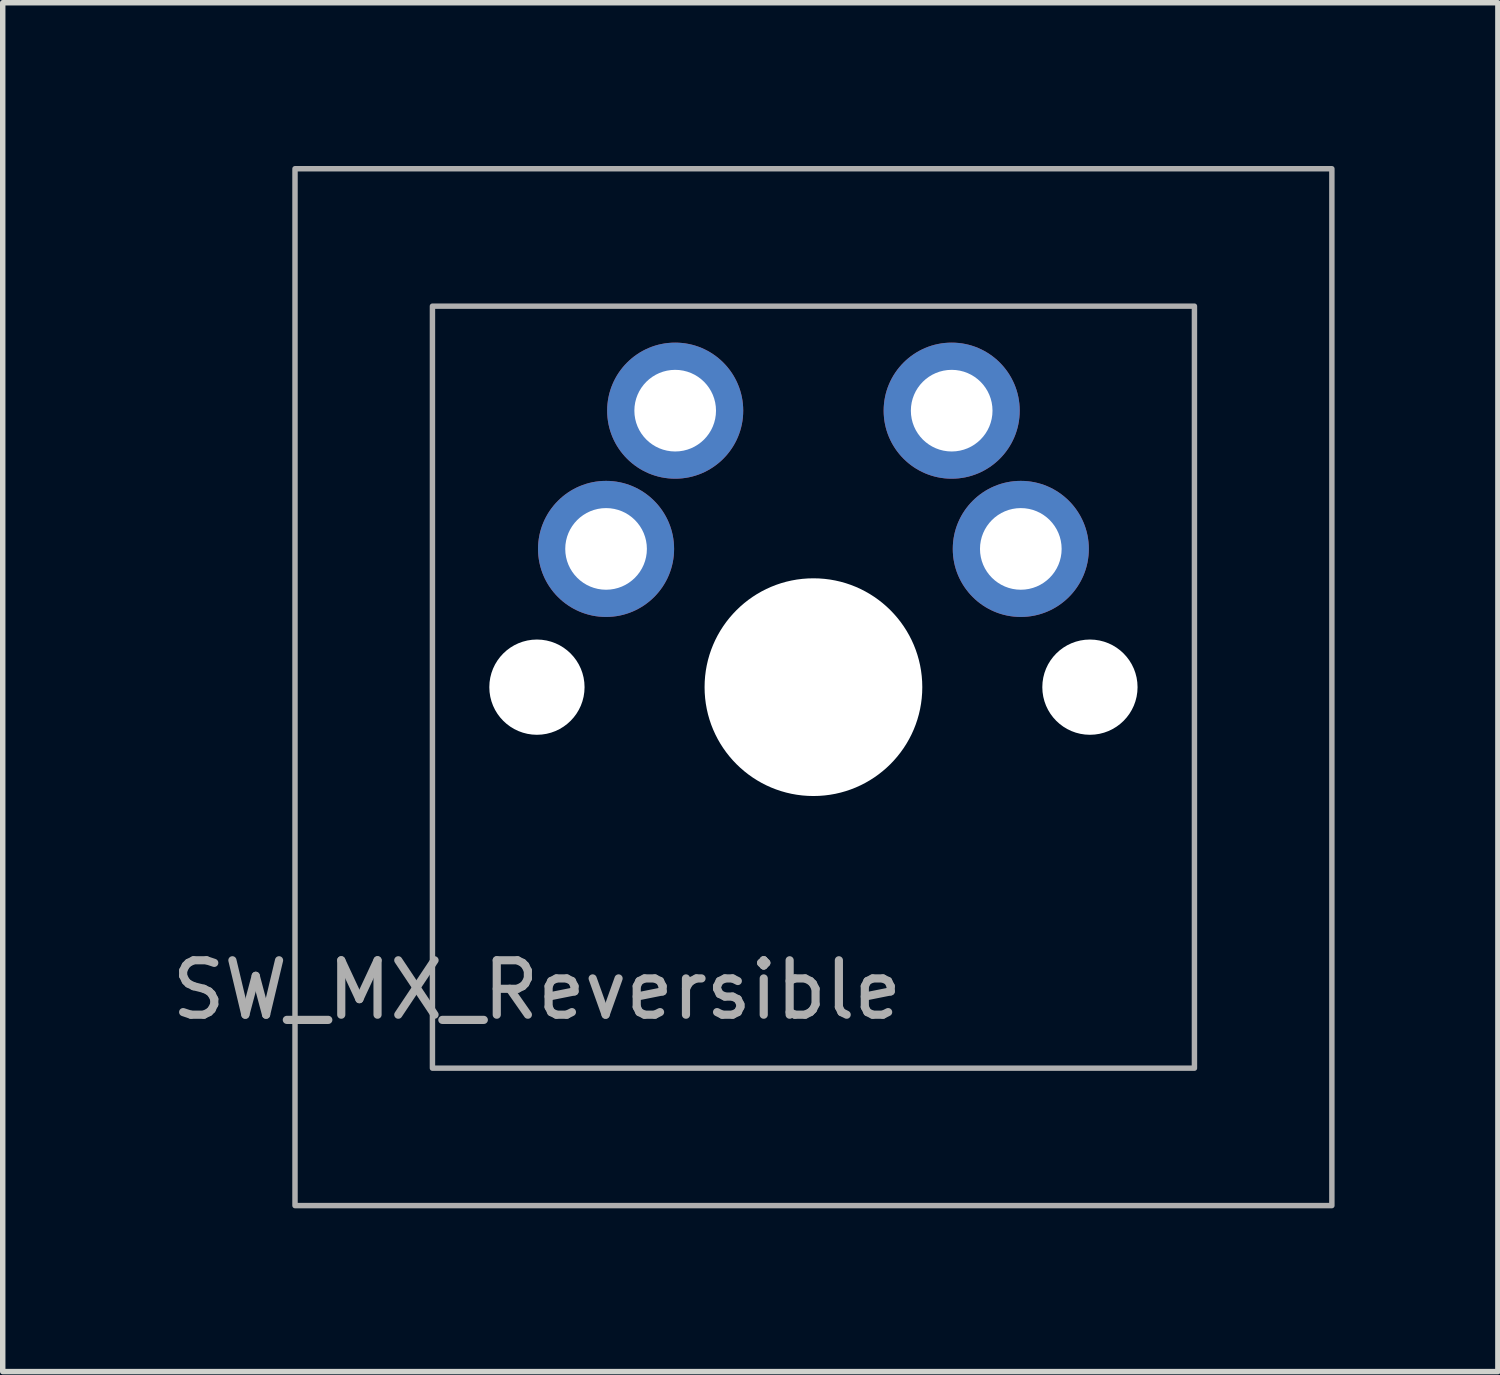
<source format=kicad_pcb>
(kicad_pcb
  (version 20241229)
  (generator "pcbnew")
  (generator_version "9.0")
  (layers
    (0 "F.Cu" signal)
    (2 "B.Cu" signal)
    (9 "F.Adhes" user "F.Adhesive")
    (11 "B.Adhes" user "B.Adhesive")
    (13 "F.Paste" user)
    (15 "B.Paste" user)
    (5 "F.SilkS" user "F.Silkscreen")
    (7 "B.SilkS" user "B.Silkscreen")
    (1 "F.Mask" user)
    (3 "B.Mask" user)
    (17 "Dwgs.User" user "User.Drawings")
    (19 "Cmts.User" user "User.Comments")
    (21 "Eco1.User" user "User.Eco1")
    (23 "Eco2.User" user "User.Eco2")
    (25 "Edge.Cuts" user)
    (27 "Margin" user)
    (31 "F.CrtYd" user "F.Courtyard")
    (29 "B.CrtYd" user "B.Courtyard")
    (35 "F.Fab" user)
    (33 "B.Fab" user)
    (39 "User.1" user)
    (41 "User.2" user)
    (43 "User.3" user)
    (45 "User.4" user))
  (footprint "SW_MX_Reversible"
    (layer "F.Cu")
    (at 11.895 9.575)
    (property "Reference" "SW_MX_Reversible" (at -5.08 5.563 0) (layer "F.Fab") (effects (font (size 1 1) (thickness 0.15))))
    (attr through_hole)
    (fp_rect (start -9.525 -9.525) (end 9.525 9.525) (stroke (width 0.1) (type solid)) (fill no) (layer "F.Fab"))
    (fp_rect (start -7 -7) (end 7 7) (stroke (width 0.1) (type solid)) (fill no) (layer "F.Fab"))
    (pad "" np_thru_hole circle (at -5.08 0) (size 1.75 1.75) (drill 1.75) (layers "*.Cu" "*.Mask"))
    (pad "" np_thru_hole circle (at 0 0) (size 4 4) (drill 4) (layers "*.Cu" "*.Mask"))
    (pad "" np_thru_hole circle (at 5.08 0) (size 1.75 1.75) (drill 1.75) (layers "*.Cu" "*.Mask"))
    (pad "1" thru_hole circle (at -3.81 -2.54) (size 2.5 2.5) (drill 1.5) (layers "*.Cu" "*.Mask"))
    (pad "1" thru_hole circle (at 3.81 -2.54) (size 2.5 2.5) (drill 1.5) (layers "*.Cu" "*.Mask"))
    (pad "2" thru_hole circle (at -2.54 -5.08) (size 2.5 2.5) (drill 1.5) (layers "*.Cu" "*.Mask"))
    (pad "2" thru_hole circle (at 2.54 -5.08) (size 2.5 2.5) (drill 1.5) (layers "*.Cu" "*.Mask")))
  (gr_rect
    (start -3 -3)
    (end 24.47 22.15)
    (stroke (width 0.1) (type default))
    (fill no)
    (layer "Edge.Cuts")))
</source>
